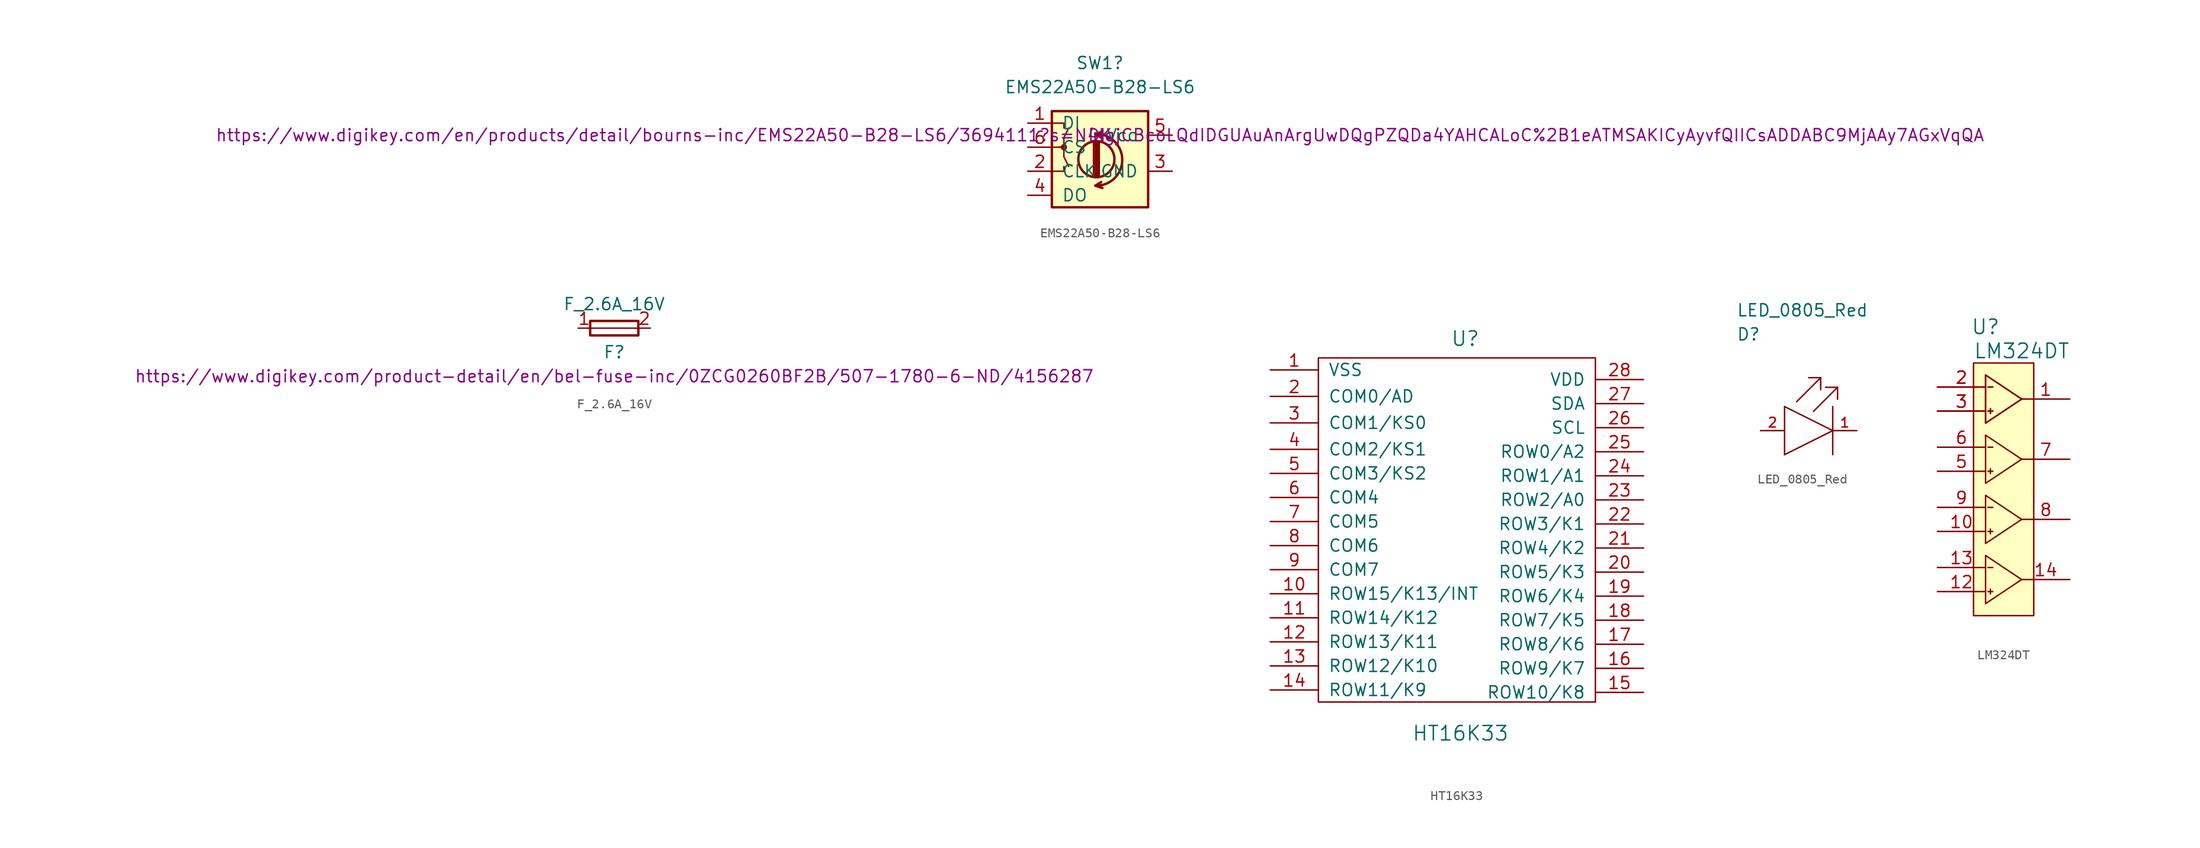
<source format=kicad_sym>
(kicad_symbol_lib
  (version 20211014)
  (generator kicad_symbol_editor)
  (symbol "EMS22A50-B28-LS6"
    (pin_names
      (offset 1.016))
    (property "Reference" "SW1"
      (at 0 7.62 0)
      (effects (font (size 1.27 1.27))))
    (property "Value" "EMS22A50-B28-LS6"
      (at 0 5.08 0)
      (effects (font (size 1.27 1.27))))
    (property "MFN" "DK"
      (at 0 0 0)
      (effects (font (size 1.27 1.27))))
    (property "Purchasinglink" "https://www.digikey.com/en/products/detail/bourns-inc/EMS22A50-B28-LS6/3694111?s=N4IgjCBcoLQdIDGUAuAnArgUwDQgPZQDa4YAHCALoC%2B1eATMSAKICyAyvfQIICsADDABC9MjAAy7AGxVqQA"
      (at 0 0 0)
      (effects (font (size 1.27 1.27))))
    (symbol "EMS22A50-B28-LS6_1_1"
      (rectangle (start -5.08 2.54) (end 5.08 -7.62) (stroke (width 0.254) (type default) (color 0 0 0 0)) (fill (type background)))
      (circle (center -3.81 -1.27) (radius 0.254) (stroke (width 0) (type default) (color 0 0 0 0)) (fill (type outline)))
      (arc (start -0.381 -5.334) (mid 2.3622 -2.5908) (end -0.381 0.127) (stroke (width 0.254) (type default) (color 0 0 0 0)) (fill (type none)))
      (circle (center -0.381 -2.54) (radius 1.905) (stroke (width 0.254) (type default) (color 0 0 0 0)) (fill (type none)))
      (polyline (pts (xy -0.635 -4.318) (xy -0.635 -0.762)) (stroke (width 0.254) (type default) (color 0 0 0 0)) (fill (type none)))
      (polyline (pts (xy -0.381 -4.318) (xy -0.381 -0.762)) (stroke (width 0.254) (type default) (color 0 0 0 0)) (fill (type none)))
      (polyline (pts (xy -0.127 -0.762) (xy -0.127 -4.318)) (stroke (width 0.254) (type default) (color 0 0 0 0)) (fill (type none)))
      (polyline (pts (xy -5.08 -3.81) (xy -3.81 -3.81) (xy -3.81 -3.302)) (stroke (width 0) (type default) (color 0 0 0 0)) (fill (type none)))
      (polyline (pts (xy -5.08 1.27) (xy -3.81 1.27) (xy -3.81 0.762)) (stroke (width 0) (type default) (color 0 0 0 0)) (fill (type none)))
      (polyline (pts (xy 0.254 -5.588) (xy -0.508 -5.334) (xy 0.127 -4.953)) (stroke (width 0.254) (type default) (color 0 0 0 0)) (fill (type none)))
      (polyline (pts (xy 0.254 0.381) (xy -0.508 0.127) (xy 0.127 -0.254)) (stroke (width 0.254) (type default) (color 0 0 0 0)) (fill (type none)))
      (polyline (pts (xy -5.08 -1.27) (xy -3.81 -1.27) (xy -3.81 -2.286) (xy -3.302 -3.302)) (stroke (width 0) (type default) (color 0 0 0 0)) (fill (type none)))
      (polyline (pts (xy -4.318 -1.27) (xy -3.81 -1.27) (xy -3.81 -0.254) (xy -3.302 0.762)) (stroke (width 0) (type default) (color 0 0 0 0)) (fill (type none)))
      (pin input line (at -7.62 1.27 0) (length 2.54) (name "DI" (effects (font (size 1.27 1.27)))) (number "1" (effects (font (size 1.27 1.27)))))
      (pin input line (at -7.62 -3.81 0) (length 2.54) (name "CLK" (effects (font (size 1.27 1.27)))) (number "2" (effects (font (size 1.27 1.27)))))
      (pin input line (at 7.62 -3.81 180) (length 2.54) (name "GND" (effects (font (size 1.27 1.27)))) (number "3" (effects (font (size 1.27 1.27)))))
      (pin output line (at -7.62 -6.35 0) (length 2.54) (name "DO" (effects (font (size 1.27 1.27)))) (number "4" (effects (font (size 1.27 1.27)))))
      (pin input line (at 7.62 0 180) (length 2.54) (name "Vcc" (effects (font (size 1.27 1.27)))) (number "5" (effects (font (size 1.27 1.27)))))
      (pin input line (at -7.62 -1.27 0) (length 2.54) (name "CS" (effects (font (size 1.27 1.27)))) (number "6" (effects (font (size 1.27 1.27)))))))
  (symbol "F_2.6A_16V"
    (pin_names
      (offset 1.016))
    (property "Reference" "F"
      (at 0 -2.54 0)
      (effects (font (size 1.27 1.27))))
    (property "Value" "F_2.6A_16V"
      (at 0 2.54 0)
      (effects (font (size 1.27 1.27))))
    (property "Digikey" "https://www.digikey.com/product-detail/en/bel-fuse-inc/0ZCG0260BF2B/507-1780-6-ND/4156287"
      (at 0 -5.08 0)
      (effects (font (size 1.27 1.27))))
    (symbol "F_2.6A_16V_1_1"
      (polyline (pts (xy -2.54 0) (xy 2.54 0)) (stroke (width 0) (type default) (color 0 0 0 0)) (fill (type none)))
      (rectangle (start 2.54 -0.762) (end -2.54 0.762) (stroke (width 0.254) (type default) (color 0 0 0 0)) (fill (type none)))
      (pin passive line (at -3.81 0 0) (length 1.27) (name "~" (effects (font (size 1.27 1.27)))) (number "1" (effects (font (size 1.27 1.27)))))
      (pin passive line (at 3.81 0 180) (length 1.27) (name "~" (effects (font (size 1.27 1.27)))) (number "2" (effects (font (size 1.27 1.27)))))))
  (symbol "HT16K33"
    (pin_names
      (offset 1.016))
    (property "Reference" "U"
      (at -2.032 47.244 0)
      (effects (font (size 1.524 1.524))))
    (property "Value" "HT16K33"
      (at -2.54 5.588 0)
      (effects (font (size 1.524 1.524))))
    (symbol "HT16K33_0_1"
      (rectangle (start -17.526 45.212) (end 11.684 8.89) (stroke (width 0) (type default) (color 0 0 0 0)) (fill (type none))))
    (symbol "HT16K33_1_1"
      (pin bidirectional line (at -22.606 43.942 0) (length 5.08) (name "VSS" (effects (font (size 1.27 1.27)))) (number "1" (effects (font (size 1.27 1.27)))))
      (pin bidirectional line (at -22.606 20.32 0) (length 5.08) (name "ROW15/K13/INT" (effects (font (size 1.27 1.27)))) (number "10" (effects (font (size 1.27 1.27)))))
      (pin bidirectional line (at -22.606 17.78 0) (length 5.08) (name "ROW14/K12" (effects (font (size 1.27 1.27)))) (number "11" (effects (font (size 1.27 1.27)))))
      (pin bidirectional line (at -22.606 15.24 0) (length 5.08) (name "ROW13/K11" (effects (font (size 1.27 1.27)))) (number "12" (effects (font (size 1.27 1.27)))))
      (pin bidirectional line (at -22.606 12.7 0) (length 5.08) (name "ROW12/K10" (effects (font (size 1.27 1.27)))) (number "13" (effects (font (size 1.27 1.27)))))
      (pin bidirectional line (at -22.606 10.16 0) (length 5.08) (name "ROW11/K9" (effects (font (size 1.27 1.27)))) (number "14" (effects (font (size 1.27 1.27)))))
      (pin bidirectional line (at 16.764 9.906 180) (length 5.08) (name "ROW10/K8" (effects (font (size 1.27 1.27)))) (number "15" (effects (font (size 1.27 1.27)))))
      (pin bidirectional line (at 16.764 12.446 180) (length 5.08) (name "ROW9/K7" (effects (font (size 1.27 1.27)))) (number "16" (effects (font (size 1.27 1.27)))))
      (pin bidirectional line (at 16.764 14.986 180) (length 5.08) (name "ROW8/K6" (effects (font (size 1.27 1.27)))) (number "17" (effects (font (size 1.27 1.27)))))
      (pin bidirectional line (at 16.764 17.526 180) (length 5.08) (name "ROW7/K5" (effects (font (size 1.27 1.27)))) (number "18" (effects (font (size 1.27 1.27)))))
      (pin bidirectional line (at 16.764 20.066 180) (length 5.08) (name "ROW6/K4" (effects (font (size 1.27 1.27)))) (number "19" (effects (font (size 1.27 1.27)))))
      (pin bidirectional line (at -22.606 41.148 0) (length 5.08) (name "COM0/AD" (effects (font (size 1.27 1.27)))) (number "2" (effects (font (size 1.27 1.27)))))
      (pin bidirectional line (at 16.764 22.606 180) (length 5.08) (name "ROW5/K3" (effects (font (size 1.27 1.27)))) (number "20" (effects (font (size 1.27 1.27)))))
      (pin bidirectional line (at 16.764 25.146 180) (length 5.08) (name "ROW4/K2" (effects (font (size 1.27 1.27)))) (number "21" (effects (font (size 1.27 1.27)))))
      (pin bidirectional line (at 16.764 27.686 180) (length 5.08) (name "ROW3/K1" (effects (font (size 1.27 1.27)))) (number "22" (effects (font (size 1.27 1.27)))))
      (pin bidirectional line (at 16.764 30.226 180) (length 5.08) (name "ROW2/A0" (effects (font (size 1.27 1.27)))) (number "23" (effects (font (size 1.27 1.27)))))
      (pin bidirectional line (at 16.764 32.766 180) (length 5.08) (name "ROW1/A1" (effects (font (size 1.27 1.27)))) (number "24" (effects (font (size 1.27 1.27)))))
      (pin bidirectional line (at 16.764 35.306 180) (length 5.08) (name "ROW0/A2" (effects (font (size 1.27 1.27)))) (number "25" (effects (font (size 1.27 1.27)))))
      (pin bidirectional line (at 16.764 37.846 180) (length 5.08) (name "SCL" (effects (font (size 1.27 1.27)))) (number "26" (effects (font (size 1.27 1.27)))))
      (pin bidirectional line (at 16.764 40.386 180) (length 5.08) (name "SDA" (effects (font (size 1.27 1.27)))) (number "27" (effects (font (size 1.27 1.27)))))
      (pin bidirectional line (at 16.764 42.926 180) (length 5.08) (name "VDD" (effects (font (size 1.27 1.27)))) (number "28" (effects (font (size 1.27 1.27)))))
      (pin bidirectional line (at -22.606 38.354 0) (length 5.08) (name "COM1/KS0" (effects (font (size 1.27 1.27)))) (number "3" (effects (font (size 1.27 1.27)))))
      (pin bidirectional line (at -22.606 35.56 0) (length 5.08) (name "COM2/KS1" (effects (font (size 1.27 1.27)))) (number "4" (effects (font (size 1.27 1.27)))))
      (pin bidirectional line (at -22.606 33.02 0) (length 5.08) (name "COM3/KS2" (effects (font (size 1.27 1.27)))) (number "5" (effects (font (size 1.27 1.27)))))
      (pin bidirectional line (at -22.606 30.48 0) (length 5.08) (name "COM4" (effects (font (size 1.27 1.27)))) (number "6" (effects (font (size 1.27 1.27)))))
      (pin bidirectional line (at -22.606 27.94 0) (length 5.08) (name "COM5" (effects (font (size 1.27 1.27)))) (number "7" (effects (font (size 1.27 1.27)))))
      (pin bidirectional line (at -22.606 25.4 0) (length 5.08) (name "COM6" (effects (font (size 1.27 1.27)))) (number "8" (effects (font (size 1.27 1.27)))))
      (pin bidirectional line (at -22.606 22.86 0) (length 5.08) (name "COM7" (effects (font (size 1.27 1.27)))) (number "9" (effects (font (size 1.27 1.27)))))))
  (symbol "LED_0805_Red"
    (pin_names
      (offset 1.016))
    (property "Reference" "D"
      (at 0 10.16 0)
      (effects (font (size 1.27 1.27)) (justify left)))
    (property "Value" "LED_0805_Red"
      (at 0 12.7 0)
      (effects (font (size 1.27 1.27)) (justify left)))
    (symbol "LED_0805_Red_1_1"
      (polyline (pts (xy 5.08 -2.54) (xy 10.16 0)) (stroke (width 0) (type default) (color 0 0 0 0)) (fill (type none)))
      (polyline (pts (xy 5.08 2.54) (xy 5.08 -2.54)) (stroke (width 0) (type default) (color 0 0 0 0)) (fill (type none)))
      (polyline (pts (xy 5.08 2.54) (xy 10.16 0)) (stroke (width 0) (type default) (color 0 0 0 0)) (fill (type none)))
      (polyline (pts (xy 6.35 3.048) (xy 8.89 5.588)) (stroke (width 0) (type default) (color 0 0 0 0)) (fill (type none)))
      (polyline (pts (xy 8.128 2.032) (xy 10.668 4.572)) (stroke (width 0) (type default) (color 0 0 0 0)) (fill (type none)))
      (polyline (pts (xy 8.89 5.588) (xy 7.62 5.588)) (stroke (width 0) (type default) (color 0 0 0 0)) (fill (type none)))
      (polyline (pts (xy 8.89 5.588) (xy 8.89 4.318)) (stroke (width 0) (type default) (color 0 0 0 0)) (fill (type none)))
      (polyline (pts (xy 10.16 2.54) (xy 10.16 -2.54)) (stroke (width 0) (type default) (color 0 0 0 0)) (fill (type none)))
      (polyline (pts (xy 10.668 4.572) (xy 9.398 4.572)) (stroke (width 0) (type default) (color 0 0 0 0)) (fill (type none)))
      (polyline (pts (xy 10.668 4.572) (xy 10.668 3.302)) (stroke (width 0) (type default) (color 0 0 0 0)) (fill (type none)))
      (pin passive line (at 12.7 0 180) (length 2.54) (name "CATHODE" (effects (font (size 0 0)))) (number "1" (effects (font (size 1.016 1.016)))))
      (pin passive line (at 2.54 0 0) (length 2.54) (name "ANODE" (effects (font (size 0 0)))) (number "2" (effects (font (size 1.016 1.016)))))))
  (symbol "LM324DT"
    (pin_names
      (offset 1.016))
    (property "Reference" "U"
      (at -5.08 13.97 0)
      (effects (font (size 1.524 1.524))))
    (property "Value" "LM324DT"
      (at -1.27 11.43 0)
      (effects (font (size 1.524 1.524))))
    (symbol "LM324DT_0_1"
      (polyline (pts (xy -4.826 -13.97) (xy -4.318 -13.97)) (stroke (width 0) (type default) (color 0 0 0 0)) (fill (type none)))
      (polyline (pts (xy -4.826 -11.43) (xy -4.318 -11.43)) (stroke (width 0) (type default) (color 0 0 0 0)) (fill (type none)))
      (polyline (pts (xy -4.826 -7.62) (xy -4.318 -7.62)) (stroke (width 0) (type default) (color 0 0 0 0)) (fill (type none)))
      (polyline (pts (xy -4.826 -5.08) (xy -4.318 -5.08)) (stroke (width 0) (type default) (color 0 0 0 0)) (fill (type none)))
      (polyline (pts (xy -4.826 -1.27) (xy -4.318 -1.27)) (stroke (width 0) (type default) (color 0 0 0 0)) (fill (type none)))
      (polyline (pts (xy -4.826 1.27) (xy -4.318 1.27)) (stroke (width 0) (type default) (color 0 0 0 0)) (fill (type none)))
      (polyline (pts (xy -4.826 5.08) (xy -4.318 5.08)) (stroke (width 0) (type default) (color 0 0 0 0)) (fill (type none)))
      (polyline (pts (xy -4.826 5.08) (xy -4.318 5.08)) (stroke (width 0) (type default) (color 0 0 0 0)) (fill (type none)))
      (polyline (pts (xy -4.826 7.62) (xy -4.318 7.62)) (stroke (width 0) (type default) (color 0 0 0 0)) (fill (type none)))
      (polyline (pts (xy -4.826 7.62) (xy -4.318 7.62)) (stroke (width 0) (type default) (color 0 0 0 0)) (fill (type none)))
      (polyline (pts (xy -4.572 -13.716) (xy -4.572 -14.224)) (stroke (width 0) (type default) (color 0 0 0 0)) (fill (type none)))
      (polyline (pts (xy -4.572 -7.366) (xy -4.572 -7.874)) (stroke (width 0) (type default) (color 0 0 0 0)) (fill (type none)))
      (polyline (pts (xy -4.572 -1.016) (xy -4.572 -1.524)) (stroke (width 0) (type default) (color 0 0 0 0)) (fill (type none)))
      (polyline (pts (xy -4.572 5.334) (xy -4.572 4.826)) (stroke (width 0) (type default) (color 0 0 0 0)) (fill (type none)))
      (polyline (pts (xy -4.572 5.334) (xy -4.572 4.826)) (stroke (width 0) (type default) (color 0 0 0 0)) (fill (type none)))
      (polyline (pts (xy -5.08 -10.16) (xy -5.08 -15.24) (xy -1.27 -12.7) (xy -5.08 -10.16)) (stroke (width 0) (type default) (color 0 0 0 0)) (fill (type none)))
      (polyline (pts (xy -5.08 -3.81) (xy -5.08 -8.89) (xy -1.27 -6.35) (xy -5.08 -3.81)) (stroke (width 0) (type default) (color 0 0 0 0)) (fill (type none)))
      (polyline (pts (xy -5.08 2.54) (xy -5.08 -2.54) (xy -1.27 0) (xy -5.08 2.54)) (stroke (width 0) (type default) (color 0 0 0 0)) (fill (type none)))
      (polyline (pts (xy -5.08 8.89) (xy -5.08 3.81) (xy -1.27 6.35) (xy -5.08 8.89)) (stroke (width 0) (type default) (color 0 0 0 0)) (fill (type none)))
      (polyline (pts (xy -5.08 8.89) (xy -5.08 3.81) (xy -1.27 6.35) (xy -5.08 8.89)) (stroke (width 0) (type default) (color 0 0 0 0)) (fill (type none)))
      (rectangle (start 0 10.16) (end -6.35 -16.51) (stroke (width 0) (type default) (color 0 0 0 0)) (fill (type background))))
    (symbol "LM324DT_1_1"
      (pin output line (at 3.81 6.35 180) (length 5.08) (name "~" (effects (font (size 1.27 1.27)))) (number "1" (effects (font (size 1.27 1.27)))))
      (pin input line (at -10.16 -7.62 0) (length 5.08) (name "~" (effects (font (size 1.27 1.27)))) (number "10" (effects (font (size 1.27 1.27)))))
      (pin input line (at -10.16 -13.97 0) (length 5.08) (name "~" (effects (font (size 1.27 1.27)))) (number "12" (effects (font (size 1.27 1.27)))))
      (pin input line (at -10.16 -11.43 0) (length 5.08) (name "~" (effects (font (size 1.27 1.27)))) (number "13" (effects (font (size 1.27 1.27)))))
      (pin output line (at 3.81 -12.7 180) (length 5.08) (name "~" (effects (font (size 1.27 1.27)))) (number "14" (effects (font (size 1.27 1.27)))))
      (pin input line (at -10.16 7.62 0) (length 5.08) (name "~" (effects (font (size 1.27 1.27)))) (number "2" (effects (font (size 1.27 1.27)))))
      (pin input line (at -10.16 7.62 0) (length 5.08) (name "~" (effects (font (size 1.27 1.27)))) (number "2" (effects (font (size 1.27 1.27)))))
      (pin input line (at -10.16 5.08 0) (length 5.08) (name "~" (effects (font (size 1.27 1.27)))) (number "3" (effects (font (size 1.27 1.27)))))
      (pin input line (at -10.16 5.08 0) (length 5.08) (name "~" (effects (font (size 1.27 1.27)))) (number "3" (effects (font (size 1.27 1.27)))))
      (pin input line (at -10.16 -1.27 0) (length 5.08) (name "~" (effects (font (size 1.27 1.27)))) (number "5" (effects (font (size 1.27 1.27)))))
      (pin input line (at -10.16 1.27 0) (length 5.08) (name "~" (effects (font (size 1.27 1.27)))) (number "6" (effects (font (size 1.27 1.27)))))
      (pin output line (at 3.81 0 180) (length 5.08) (name "~" (effects (font (size 1.27 1.27)))) (number "7" (effects (font (size 1.27 1.27)))))
      (pin output line (at 3.81 -6.35 180) (length 5.08) (name "~" (effects (font (size 1.27 1.27)))) (number "8" (effects (font (size 1.27 1.27)))))
      (pin input line (at -10.16 -5.08 0) (length 5.08) (name "~" (effects (font (size 1.27 1.27)))) (number "9" (effects (font (size 1.27 1.27))))))))
</source>
